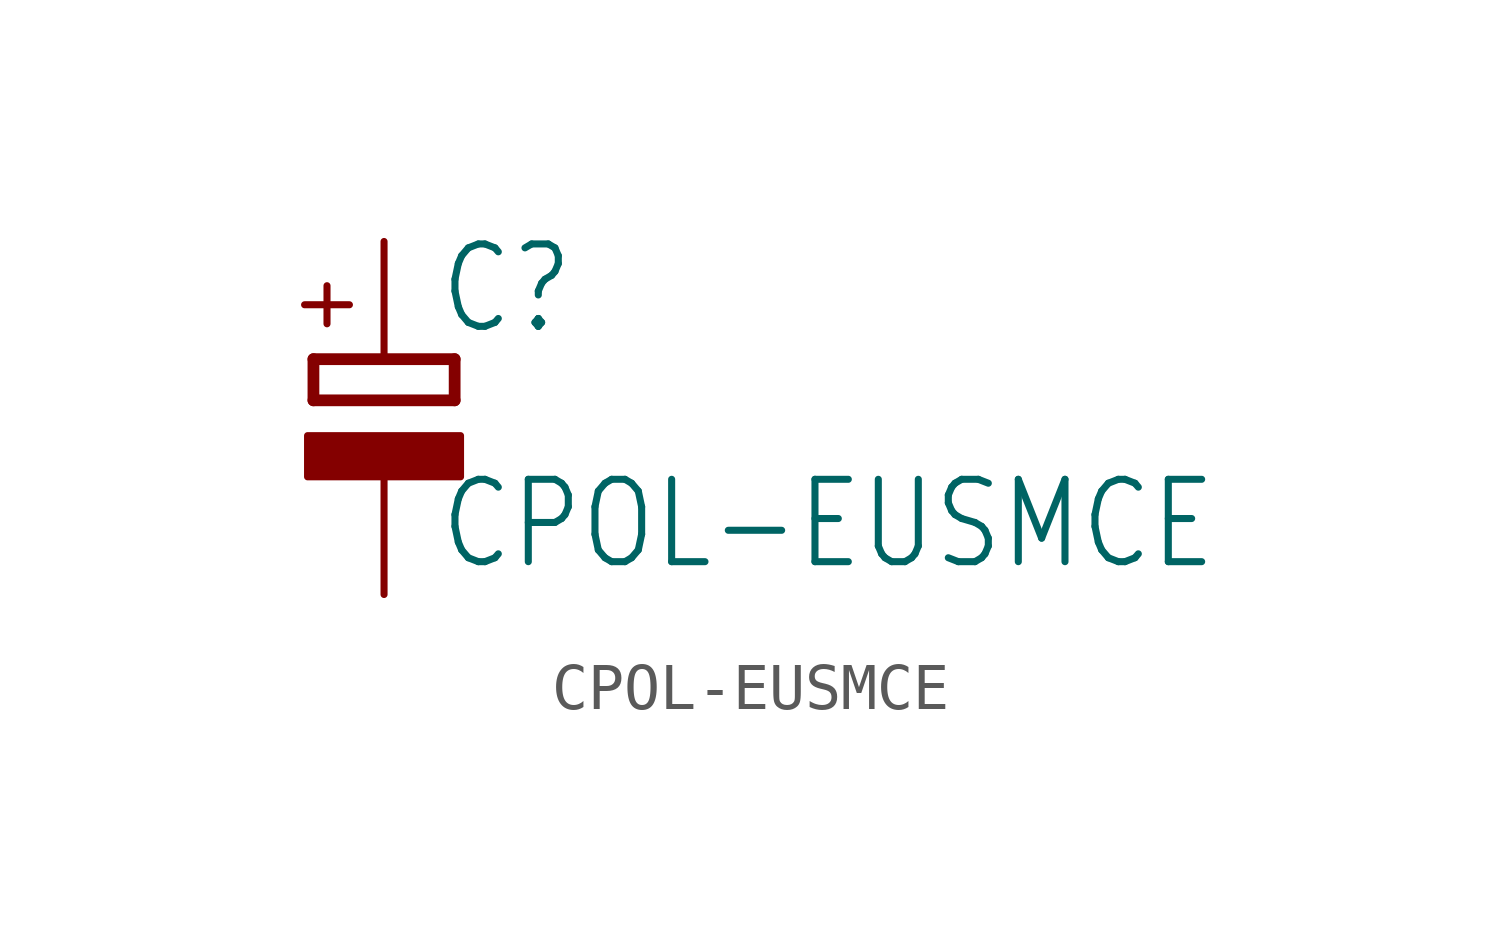
<source format=kicad_sym>
(kicad_symbol_lib
  (version 20220914)
  (generator kicad_symbol_editor)
  (symbol "CPOL-EUSMCE"
    (property "Reference" "C"
      (at 1.143 0.483 0)
      (effects (font (size 1.778 1.511)) (justify left bottom)))
    (property "Value" "CPOL-EUSMCE"
      (at 1.143 -4.597 0)
      (effects (font (size 1.778 1.511)) (justify left bottom)))
    (property "ki_locked" ""
      (at 0 0 0)
      (effects (font (size 1.27 1.27))))
    (symbol "CPOL-EUSMCE_1_0"
      (rectangle (start -1.651 -2.54) (end 1.651 -1.651) (stroke (width 0) (type default)) (fill (type outline)))
      (polyline (pts (xy -1.524 -0.889) (xy 1.524 -0.889)) (stroke (width 0.254) (type default)) (fill (type none)))
      (polyline (pts (xy -1.524 0) (xy -1.524 -0.889)) (stroke (width 0.254) (type default)) (fill (type none)))
      (polyline (pts (xy -1.524 0) (xy 1.524 0)) (stroke (width 0.254) (type default)) (fill (type none)))
      (polyline (pts (xy 1.524 -0.889) (xy 1.524 0)) (stroke (width 0.254) (type default)) (fill (type none)))
      (text "+" (at -0.584 0.406 900) (effects (font (size 1.27 1.079)) (justify left bottom)))
      (pin passive line (at 0 2.54 270) (length 2.54) (name "+" (effects (font (size 0 0)))) (number "+" (effects (font (size 0 0)))))
      (pin passive line (at 0 -5.08 90) (length 2.54) (name "-" (effects (font (size 0 0)))) (number "-" (effects (font (size 0 0))))))))
</source>
